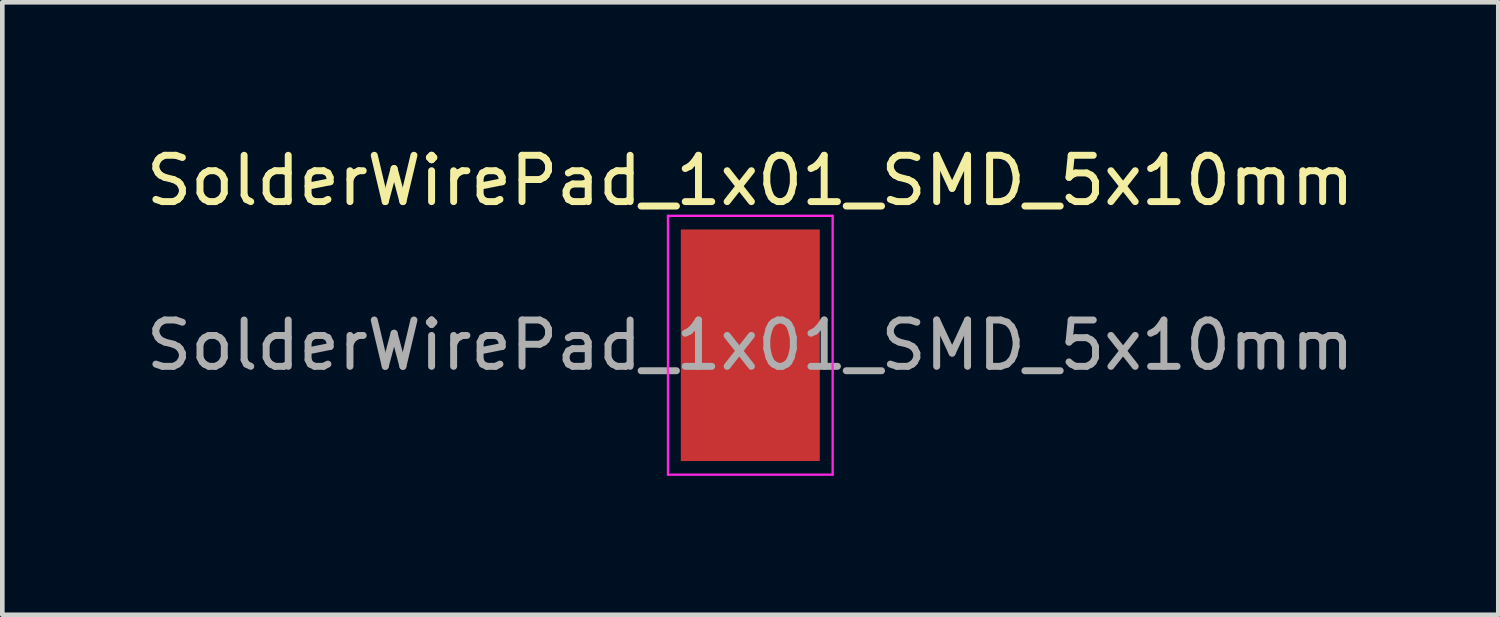
<source format=kicad_pcb>
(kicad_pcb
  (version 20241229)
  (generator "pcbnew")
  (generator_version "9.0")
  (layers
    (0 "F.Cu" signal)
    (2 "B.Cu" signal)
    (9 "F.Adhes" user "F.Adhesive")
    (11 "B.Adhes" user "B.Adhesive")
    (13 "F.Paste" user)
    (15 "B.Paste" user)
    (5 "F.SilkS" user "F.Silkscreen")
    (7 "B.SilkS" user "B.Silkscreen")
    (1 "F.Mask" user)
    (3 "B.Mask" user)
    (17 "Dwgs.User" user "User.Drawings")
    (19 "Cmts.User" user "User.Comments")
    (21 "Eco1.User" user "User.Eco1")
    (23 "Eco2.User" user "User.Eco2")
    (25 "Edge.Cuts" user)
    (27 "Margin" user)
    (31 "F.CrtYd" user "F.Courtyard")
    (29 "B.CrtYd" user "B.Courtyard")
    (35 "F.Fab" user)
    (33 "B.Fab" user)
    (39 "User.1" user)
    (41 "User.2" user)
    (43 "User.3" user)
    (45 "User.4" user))
  (footprint "SolderWirePad_1x01_SMD_5x10mm"
    (layer "F.Cu")
    (at 13.149 4.404)
    (property "Reference" "SolderWirePad_1x01_SMD_5x10mm" (at 0 -3.556 0) (layer "F.SilkS") (effects (font (size 1 1) (thickness 0.15))))
    (attr smd exclude_from_pos_files)
    (fp_line (start -1.778 -2.794) (end -1.778 2.794) (stroke (width 0.05) (type solid)) (layer "F.CrtYd"))
    (fp_line (start -1.778 2.794) (end 1.778 2.794) (stroke (width 0.05) (type solid)) (layer "F.CrtYd"))
    (fp_line (start 1.778 -2.794) (end -1.778 -2.794) (stroke (width 0.05) (type solid)) (layer "F.CrtYd"))
    (fp_line (start 1.778 2.794) (end 1.778 -2.794) (stroke (width 0.05) (type solid)) (layer "F.CrtYd"))
    (fp_text user "${REFERENCE}" (at 0 0 0) (layer "F.Fab") (effects (font (size 1 1) (thickness 0.15))))
    (pad "1" smd rect (at 0 0) (size 3 5) (layers "F.Cu" "F.Mask" "F.Paste")))
  (gr_rect
    (start -3 -3)
    (end 29.298 10.223)
    (stroke (width 0.1) (type default))
    (fill no)
    (layer "Edge.Cuts")))
</source>
